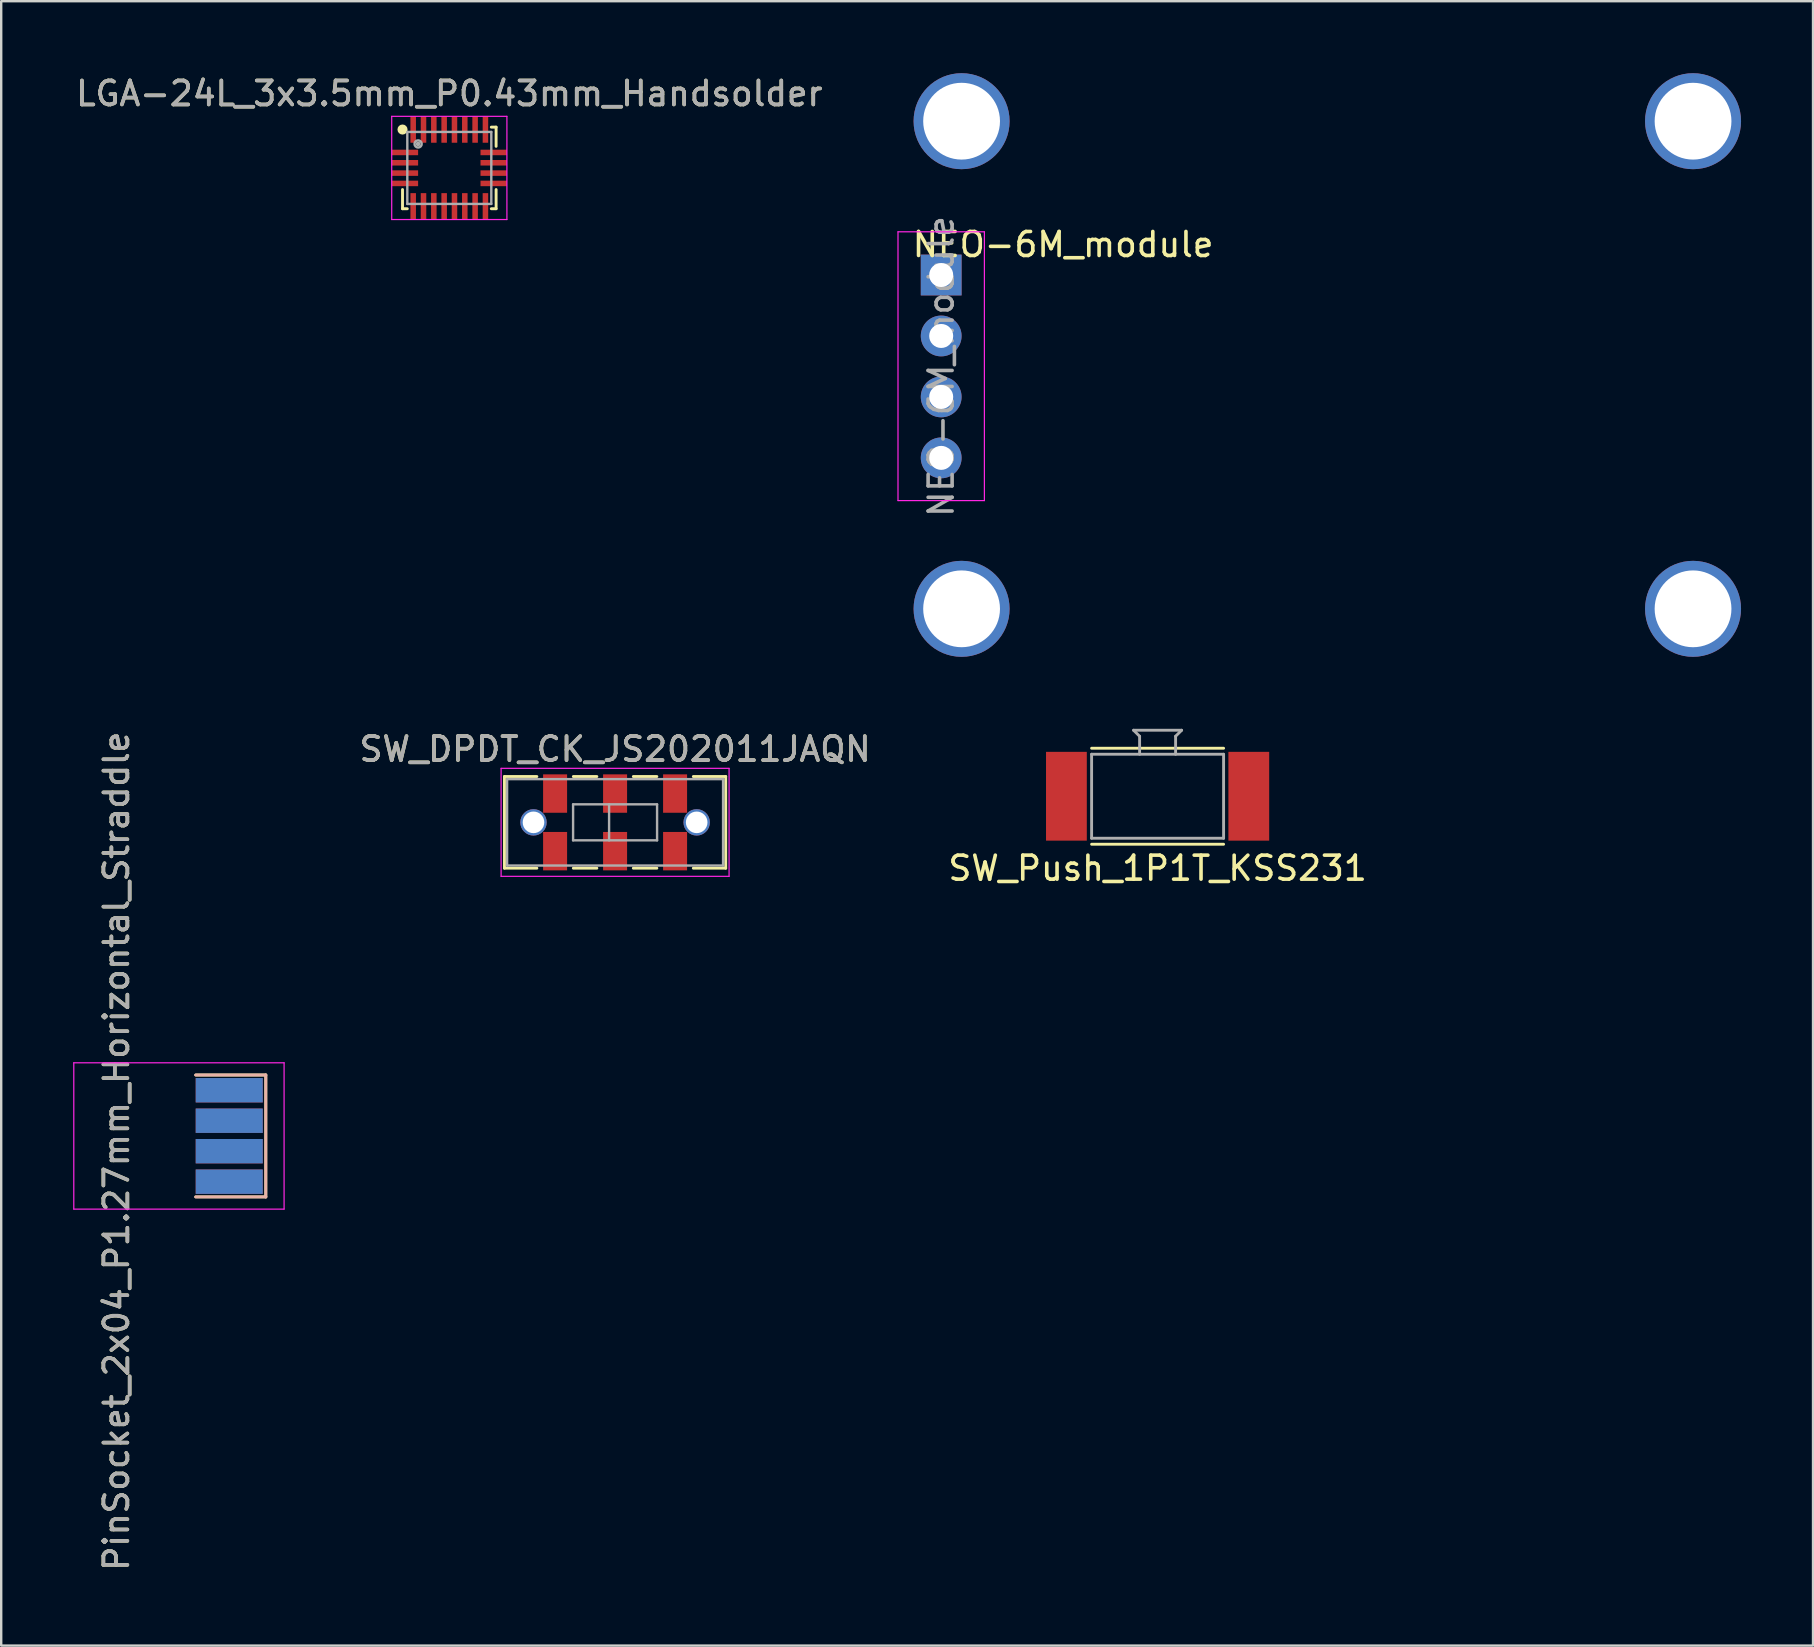
<source format=kicad_pcb>
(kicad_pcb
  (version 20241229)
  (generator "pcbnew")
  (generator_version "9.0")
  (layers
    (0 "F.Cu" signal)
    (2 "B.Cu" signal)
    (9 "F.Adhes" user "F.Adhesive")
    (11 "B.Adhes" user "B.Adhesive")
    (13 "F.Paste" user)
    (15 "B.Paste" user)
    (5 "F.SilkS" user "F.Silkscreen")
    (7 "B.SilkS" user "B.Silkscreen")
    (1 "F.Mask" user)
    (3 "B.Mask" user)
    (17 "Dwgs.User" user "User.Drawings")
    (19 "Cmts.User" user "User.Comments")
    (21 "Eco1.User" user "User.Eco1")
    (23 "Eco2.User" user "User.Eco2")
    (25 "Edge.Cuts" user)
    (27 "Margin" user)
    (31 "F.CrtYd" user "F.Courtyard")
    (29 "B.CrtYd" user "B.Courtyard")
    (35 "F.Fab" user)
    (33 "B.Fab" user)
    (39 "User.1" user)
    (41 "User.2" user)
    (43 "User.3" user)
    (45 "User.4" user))
  (footprint "PinSocket_2x04_P1.27mm_Horizontal_Straddle"
    (layer "F.Cu")
    (at 6.502 44.286)
    (property "Reference" "PinSocket_2x04_P1.27mm_Horizontal_Straddle" (at -4.699 0.635 90) (layer "F.SilkS") (effects (font (size 1 1) (thickness 0.15))))
    (attr through_hole)
    (fp_line (start -1.397 -2.54) (end 1.524 -2.54) (stroke (width 0.12) (type solid)) (layer "F.SilkS"))
    (fp_line (start 1.524 -2.54) (end 1.524 2.54) (stroke (width 0.12) (type solid)) (layer "F.SilkS"))
    (fp_line (start 1.524 2.54) (end -1.397 2.54) (stroke (width 0.12) (type solid)) (layer "F.SilkS"))
    (fp_line (start -1.397 -2.54) (end 1.524 -2.54) (stroke (width 0.12) (type solid)) (layer "B.SilkS"))
    (fp_line (start 1.524 -2.54) (end 1.524 2.54) (stroke (width 0.12) (type solid)) (layer "B.SilkS"))
    (fp_line (start 1.524 2.54) (end -1.397 2.54) (stroke (width 0.12) (type solid)) (layer "B.SilkS"))
    (fp_line (start -6.477 -3.048) (end -6.477 3.048) (stroke (width 0.05) (type solid)) (layer "F.CrtYd"))
    (fp_line (start -6.477 3.048) (end 2.286 3.048) (stroke (width 0.05) (type solid)) (layer "F.CrtYd"))
    (fp_line (start 2.286 -3.048) (end -6.477 -3.048) (stroke (width 0.05) (type solid)) (layer "F.CrtYd"))
    (fp_line (start 2.286 3.048) (end 2.286 -3.048) (stroke (width 0.05) (type solid)) (layer "F.CrtYd"))
    (fp_text user "${REFERENCE}" (at -4.699 0.635 90) (layer "F.Fab") (effects (font (size 1 1) (thickness 0.15))))
    (pad "1" connect rect (at 0 -1.905) (size 2.794 1.016) (layers "F.Cu" "F.Mask"))
    (pad "2" connect rect (at 0 -1.905) (size 2.794 1.016) (layers "B.Cu" "B.Mask"))
    (pad "3" connect rect (at 0 -0.635) (size 2.794 1.016) (layers "B.Cu" "B.Mask"))
    (pad "4" connect rect (at 0 -0.635) (size 2.794 1.016) (layers "F.Cu" "F.Mask"))
    (pad "5" connect rect (at 0 0.635) (size 2.794 1.016) (layers "B.Cu" "B.Mask"))
    (pad "6" connect rect (at 0 0.635) (size 2.794 1.016) (layers "F.Cu" "F.Mask"))
    (pad "7" connect rect (at 0 1.905) (size 2.794 1.016) (layers "B.Cu" "B.Mask"))
    (pad "8" connect rect (at 0 1.905) (size 2.794 1.016) (layers "F.Cu" "F.Mask")))
  (footprint "SW_Push_1P1T_KSS231"
    (layer "F.Cu")
    (at 45.188 30.13)
    (property "Reference" "SW_Push_1P1T_KSS231" (at 0 3 0) (layer "F.SilkS") (effects (font (size 1 1) (thickness 0.15))))
    (attr through_hole)
    (fp_line (start -2.75 -2) (end 2.75 -2) (stroke (width 0.12) (type solid)) (layer "F.SilkS"))
    (fp_line (start 2.75 2) (end -2.75 2) (stroke (width 0.12) (type solid)) (layer "F.SilkS"))
    (fp_line (start -2.75 -1.75) (end 2.75 -1.75) (stroke (width 0.12) (type solid)) (layer "F.Fab"))
    (fp_line (start -2.75 1.75) (end -2.75 -1.75) (stroke (width 0.12) (type solid)) (layer "F.Fab"))
    (fp_line (start -1 -2.75) (end -0.75 -2.5) (stroke (width 0.12) (type solid)) (layer "F.Fab"))
    (fp_line (start -0.75 -2.5) (end -0.75 -1.75) (stroke (width 0.12) (type solid)) (layer "F.Fab"))
    (fp_line (start 0.75 -2.5) (end 1 -2.75) (stroke (width 0.12) (type solid)) (layer "F.Fab"))
    (fp_line (start 0.75 -1.75) (end 0.75 -2.5) (stroke (width 0.12) (type solid)) (layer "F.Fab"))
    (fp_line (start 1 -2.75) (end -1 -2.75) (stroke (width 0.12) (type solid)) (layer "F.Fab"))
    (fp_line (start 2.75 -1.75) (end 2.75 1.75) (stroke (width 0.12) (type solid)) (layer "F.Fab"))
    (fp_line (start 2.75 1.75) (end -2.75 1.75) (stroke (width 0.12) (type solid)) (layer "F.Fab"))
    (pad "1" smd rect (at -3.8 0) (size 1.7 3.7) (layers "F.Cu" "F.Mask" "F.Paste"))
    (pad "2" smd rect (at 3.8 0) (size 1.7 3.7) (layers "F.Cu" "F.Mask" "F.Paste")))
  (footprint "LGA-24L_3x3.5mm_P0.43mm_Handsolder"
    (layer "F.Cu")
    (at 15.673 3.948)
    (property "Reference" "LGA-24L_3x3.5mm_P0.43mm_Handsolder" (at 0 -3.1 0) (layer "F.SilkS") (effects (font (size 1 1) (thickness 0.15))))
    (attr smd)
    (fp_line (start -1.95 1.7) (end -1.95 0.9) (stroke (width 0.12) (type solid)) (layer "F.SilkS"))
    (fp_line (start -1.75 1.7) (end -1.95 1.7) (stroke (width 0.12) (type solid)) (layer "F.SilkS"))
    (fp_line (start 1.75 -1.7) (end 1.95 -1.7) (stroke (width 0.12) (type solid)) (layer "F.SilkS"))
    (fp_line (start 1.95 -1.7) (end 1.95 -0.9) (stroke (width 0.12) (type solid)) (layer "F.SilkS"))
    (fp_line (start 1.95 0.9) (end 1.95 1.7) (stroke (width 0.12) (type solid)) (layer "F.SilkS"))
    (fp_line (start 1.95 1.7) (end 1.75 1.7) (stroke (width 0.12) (type solid)) (layer "F.SilkS"))
    (fp_circle (center -1.95 -1.6) (end -1.89 -1.6) (stroke (width 0.12) (type solid)) (fill no) (layer "F.SilkS"))
    (fp_circle (center -1.95 -1.6) (end -1.8 -1.6) (stroke (width 0.12) (type solid)) (fill no) (layer "F.SilkS"))
    (fp_line (start -2.4 -2.15) (end 2.4 -2.15) (stroke (width 0.05) (type solid)) (layer "F.CrtYd"))
    (fp_line (start -2.4 2.15) (end -2.4 -2.15) (stroke (width 0.05) (type solid)) (layer "F.CrtYd"))
    (fp_line (start 2.4 -2.15) (end 2.4 2.15) (stroke (width 0.05) (type solid)) (layer "F.CrtYd"))
    (fp_line (start 2.4 2.15) (end -2.4 2.15) (stroke (width 0.05) (type solid)) (layer "F.CrtYd"))
    (fp_line (start -1.75 -1.5) (end 1.75 -1.5) (stroke (width 0.1) (type solid)) (layer "F.Fab"))
    (fp_line (start -1.75 1.5) (end -1.75 -1.5) (stroke (width 0.1) (type solid)) (layer "F.Fab"))
    (fp_line (start 1.75 -1.5) (end 1.75 1.5) (stroke (width 0.1) (type solid)) (layer "F.Fab"))
    (fp_line (start 1.75 1.5) (end -1.75 1.5) (stroke (width 0.1) (type solid)) (layer "F.Fab"))
    (fp_circle (center -1.3 -1) (end -1.3 -0.95) (stroke (width 0.1) (type solid)) (fill no) (layer "F.Fab"))
    (fp_circle (center -1.3 -1) (end -1.3 -0.85) (stroke (width 0.1) (type solid)) (fill no) (layer "F.Fab"))
    (fp_text user "${REFERENCE}" (at 0 -3.1 0) (layer "F.Fab") (effects (font (size 1 1) (thickness 0.15))))
    (pad "1" smd rect (at -1.505 -1.6) (size 0.23 1.1) (layers "F.Cu" "F.Mask" "F.Paste"))
    (pad "2" smd rect (at -1.85 -0.645) (size 1.1 0.23) (layers "F.Cu" "F.Mask" "F.Paste"))
    (pad "3" smd rect (at -1.85 -0.215) (size 1.1 0.23) (layers "F.Cu" "F.Mask" "F.Paste"))
    (pad "4" smd rect (at -1.85 0.215) (size 1.1 0.23) (layers "F.Cu" "F.Mask" "F.Paste"))
    (pad "5" smd rect (at -1.85 0.645) (size 1.1 0.23) (layers "F.Cu" "F.Mask" "F.Paste"))
    (pad "6" smd rect (at -1.505 1.6) (size 0.23 1.1) (layers "F.Cu" "F.Mask" "F.Paste"))
    (pad "7" smd rect (at -1.075 1.6) (size 0.23 1.1) (layers "F.Cu" "F.Mask" "F.Paste"))
    (pad "8" smd rect (at -0.645 1.6) (size 0.23 1.1) (layers "F.Cu" "F.Mask" "F.Paste"))
    (pad "9" smd rect (at -0.215 1.6) (size 0.23 1.1) (layers "F.Cu" "F.Mask" "F.Paste"))
    (pad "10" smd rect (at 0.215 1.6) (size 0.23 1.1) (layers "F.Cu" "F.Mask" "F.Paste"))
    (pad "11" smd rect (at 0.645 1.6) (size 0.23 1.1) (layers "F.Cu" "F.Mask" "F.Paste"))
    (pad "12" smd rect (at 1.075 1.6) (size 0.23 1.1) (layers "F.Cu" "F.Mask" "F.Paste"))
    (pad "13" smd rect (at 1.505 1.6) (size 0.23 1.1) (layers "F.Cu" "F.Mask" "F.Paste"))
    (pad "14" smd rect (at 1.85 0.645) (size 1.1 0.23) (layers "F.Cu" "F.Mask" "F.Paste"))
    (pad "15" smd rect (at 1.85 0.215) (size 1.1 0.23) (layers "F.Cu" "F.Mask" "F.Paste"))
    (pad "16" smd rect (at 1.85 -0.215) (size 1.1 0.23) (layers "F.Cu" "F.Mask" "F.Paste"))
    (pad "17" smd rect (at 1.85 -0.645) (size 1.1 0.23) (layers "F.Cu" "F.Mask" "F.Paste"))
    (pad "18" smd rect (at 1.505 -1.6) (size 0.23 1.1) (layers "F.Cu" "F.Mask" "F.Paste"))
    (pad "19" smd rect (at 1.075 -1.6) (size 0.23 1.1) (layers "F.Cu" "F.Mask" "F.Paste"))
    (pad "20" smd rect (at 0.645 -1.6) (size 0.23 1.1) (layers "F.Cu" "F.Mask" "F.Paste"))
    (pad "21" smd rect (at 0.215 -1.6) (size 0.23 1.1) (layers "F.Cu" "F.Mask" "F.Paste"))
    (pad "22" smd rect (at -0.215 -1.6) (size 0.23 1.1) (layers "F.Cu" "F.Mask" "F.Paste"))
    (pad "23" smd rect (at -0.645 -1.6) (size 0.23 1.1) (layers "F.Cu" "F.Mask" "F.Paste"))
    (pad "24" smd rect (at -1.075 -1.6) (size 0.23 1.1) (layers "F.Cu" "F.Mask" "F.Paste")))
  (footprint "NEO-6M_module"
    (layer "F.Cu")
    (at 52.26 12.16)
    (property "Reference" "NEO-6M_module" (at -11.01 -5.02 0) (layer "F.SilkS") (effects (font (size 1 1) (thickness 0.15))))
    (attr through_hole)
    (fp_line (start -17.89 -5.55) (end -17.89 5.65) (stroke (width 0.05) (type solid)) (layer "F.CrtYd"))
    (fp_line (start -17.89 5.65) (end -14.29 5.65) (stroke (width 0.05) (type solid)) (layer "F.CrtYd"))
    (fp_line (start -14.29 -5.55) (end -17.89 -5.55) (stroke (width 0.05) (type solid)) (layer "F.CrtYd"))
    (fp_line (start -14.29 5.65) (end -14.29 -5.55) (stroke (width 0.05) (type solid)) (layer "F.CrtYd"))
    (fp_text user "${REFERENCE}" (at -16.09 0.06 90) (layer "F.Fab") (effects (font (size 1 1) (thickness 0.15))))
    (pad "" np_thru_hole circle (at -15.24 -10.16) (size 4 4) (drill 3.2) (layers "*.Cu" "*.Mask"))
    (pad "" np_thru_hole circle (at -15.24 10.16) (size 4 4) (drill 3.2) (layers "*.Cu" "*.Mask"))
    (pad "" np_thru_hole circle (at 15.24 -10.16) (size 4 4) (drill 3.2) (layers "*.Cu" "*.Mask"))
    (pad "" np_thru_hole circle (at 15.24 10.16) (size 4 4) (drill 3.2) (layers "*.Cu" "*.Mask"))
    (pad "1" thru_hole rect (at -16.09 -3.75) (size 1.7 1.7) (drill 1) (layers "*.Cu" "*.Mask"))
    (pad "2" thru_hole oval (at -16.09 -1.21) (size 1.7 1.7) (drill 1) (layers "*.Cu" "*.Mask"))
    (pad "3" thru_hole oval (at -16.09 1.33) (size 1.7 1.7) (drill 1) (layers "*.Cu" "*.Mask"))
    (pad "4" thru_hole oval (at -16.09 3.87) (size 1.7 1.7) (drill 1) (layers "*.Cu" "*.Mask")))
  (footprint "SW_DPDT_CK_JS202011JAQN"
    (layer "F.Cu")
    (at 22.581 31.218)
    (property "Reference" "SW_DPDT_CK_JS202011JAQN" (at 0 -3.05 0) (layer "F.SilkS") (effects (font (size 1 1) (thickness 0.15))))
    (attr smd)
    (fp_line (start -4.61 -1.91) (end -4.61 1.91) (stroke (width 0.12) (type solid)) (layer "F.SilkS"))
    (fp_line (start -4.61 1.91) (end -3.26 1.91) (stroke (width 0.12) (type solid)) (layer "F.SilkS"))
    (fp_line (start -3.26 -1.91) (end -4.61 -1.91) (stroke (width 0.12) (type solid)) (layer "F.SilkS"))
    (fp_line (start -0.76 -1.91) (end -1.74 -1.91) (stroke (width 0.12) (type solid)) (layer "F.SilkS"))
    (fp_line (start -0.76 1.91) (end -1.74 1.91) (stroke (width 0.12) (type solid)) (layer "F.SilkS"))
    (fp_line (start 1.74 -1.91) (end 0.76 -1.91) (stroke (width 0.12) (type solid)) (layer "F.SilkS"))
    (fp_line (start 1.74 1.91) (end 0.76 1.91) (stroke (width 0.12) (type solid)) (layer "F.SilkS"))
    (fp_line (start 4.61 -1.91) (end 3.26 -1.91) (stroke (width 0.12) (type solid)) (layer "F.SilkS"))
    (fp_line (start 4.61 -1.91) (end 4.61 1.91) (stroke (width 0.12) (type solid)) (layer "F.SilkS"))
    (fp_line (start 4.61 1.91) (end 3.26 1.91) (stroke (width 0.12) (type solid)) (layer "F.SilkS"))
    (fp_line (start -4.75 -2.25) (end -4.75 2.25) (stroke (width 0.05) (type solid)) (layer "F.CrtYd"))
    (fp_line (start -4.75 -2.25) (end 4.75 -2.25) (stroke (width 0.05) (type solid)) (layer "F.CrtYd"))
    (fp_line (start 4.75 -2.25) (end 4.75 2.25) (stroke (width 0.05) (type solid)) (layer "F.CrtYd"))
    (fp_line (start 4.75 2.25) (end -4.75 2.25) (stroke (width 0.05) (type solid)) (layer "F.CrtYd"))
    (fp_line (start -4.5 -1.8) (end 4.5 -1.8) (stroke (width 0.1) (type solid)) (layer "F.Fab"))
    (fp_line (start -4.5 1.8) (end -4.5 -1.8) (stroke (width 0.1) (type solid)) (layer "F.Fab"))
    (fp_line (start -1.75 -0.75) (end -1.75 0.75) (stroke (width 0.1) (type solid)) (layer "F.Fab"))
    (fp_line (start -1.75 -0.75) (end 1.75 -0.75) (stroke (width 0.1) (type solid)) (layer "F.Fab"))
    (fp_line (start -0.25 -0.75) (end -0.25 0.75) (stroke (width 0.1) (type solid)) (layer "F.Fab"))
    (fp_line (start 1.75 -0.75) (end 1.75 0.75) (stroke (width 0.1) (type solid)) (layer "F.Fab"))
    (fp_line (start 1.75 0.75) (end -1.75 0.75) (stroke (width 0.1) (type solid)) (layer "F.Fab"))
    (fp_line (start 4.5 -1.8) (end 4.5 1.8) (stroke (width 0.1) (type solid)) (layer "F.Fab"))
    (fp_line (start 4.5 1.8) (end -4.5 1.8) (stroke (width 0.1) (type solid)) (layer "F.Fab"))
    (fp_text user "${REFERENCE}" (at 0 -3.05 0) (layer "F.Fab") (effects (font (size 1 1) (thickness 0.15))))
    (pad "" np_thru_hole circle (at -3.4 0) (size 1.1 1.1) (drill 0.9) (layers "*.Cu" "*.Mask"))
    (pad "" np_thru_hole circle (at 3.4 0) (size 1.1 1.1) (drill 0.9) (layers "*.Cu" "*.Mask"))
    (pad "1" smd rect (at -2.5 -1.2) (size 1 1.6) (layers "F.Cu" "F.Mask" "F.Paste"))
    (pad "2" smd rect (at 0 -1.2) (size 1 1.6) (layers "F.Cu" "F.Mask" "F.Paste"))
    (pad "3" smd rect (at 2.5 -1.2) (size 1 1.6) (layers "F.Cu" "F.Mask" "F.Paste"))
    (pad "4" smd rect (at -2.5 1.2) (size 1 1.6) (layers "F.Cu" "F.Mask" "F.Paste"))
    (pad "5" smd rect (at 0 1.2) (size 1 1.6) (layers "F.Cu" "F.Mask" "F.Paste"))
    (pad "6" smd rect (at 2.5 1.2) (size 1 1.6) (layers "F.Cu" "F.Mask" "F.Paste")))
  (gr_rect
    (start -3 -3)
    (end 72.5 65.522)
    (stroke (width 0.1) (type default))
    (fill no)
    (layer "Edge.Cuts")))
</source>
